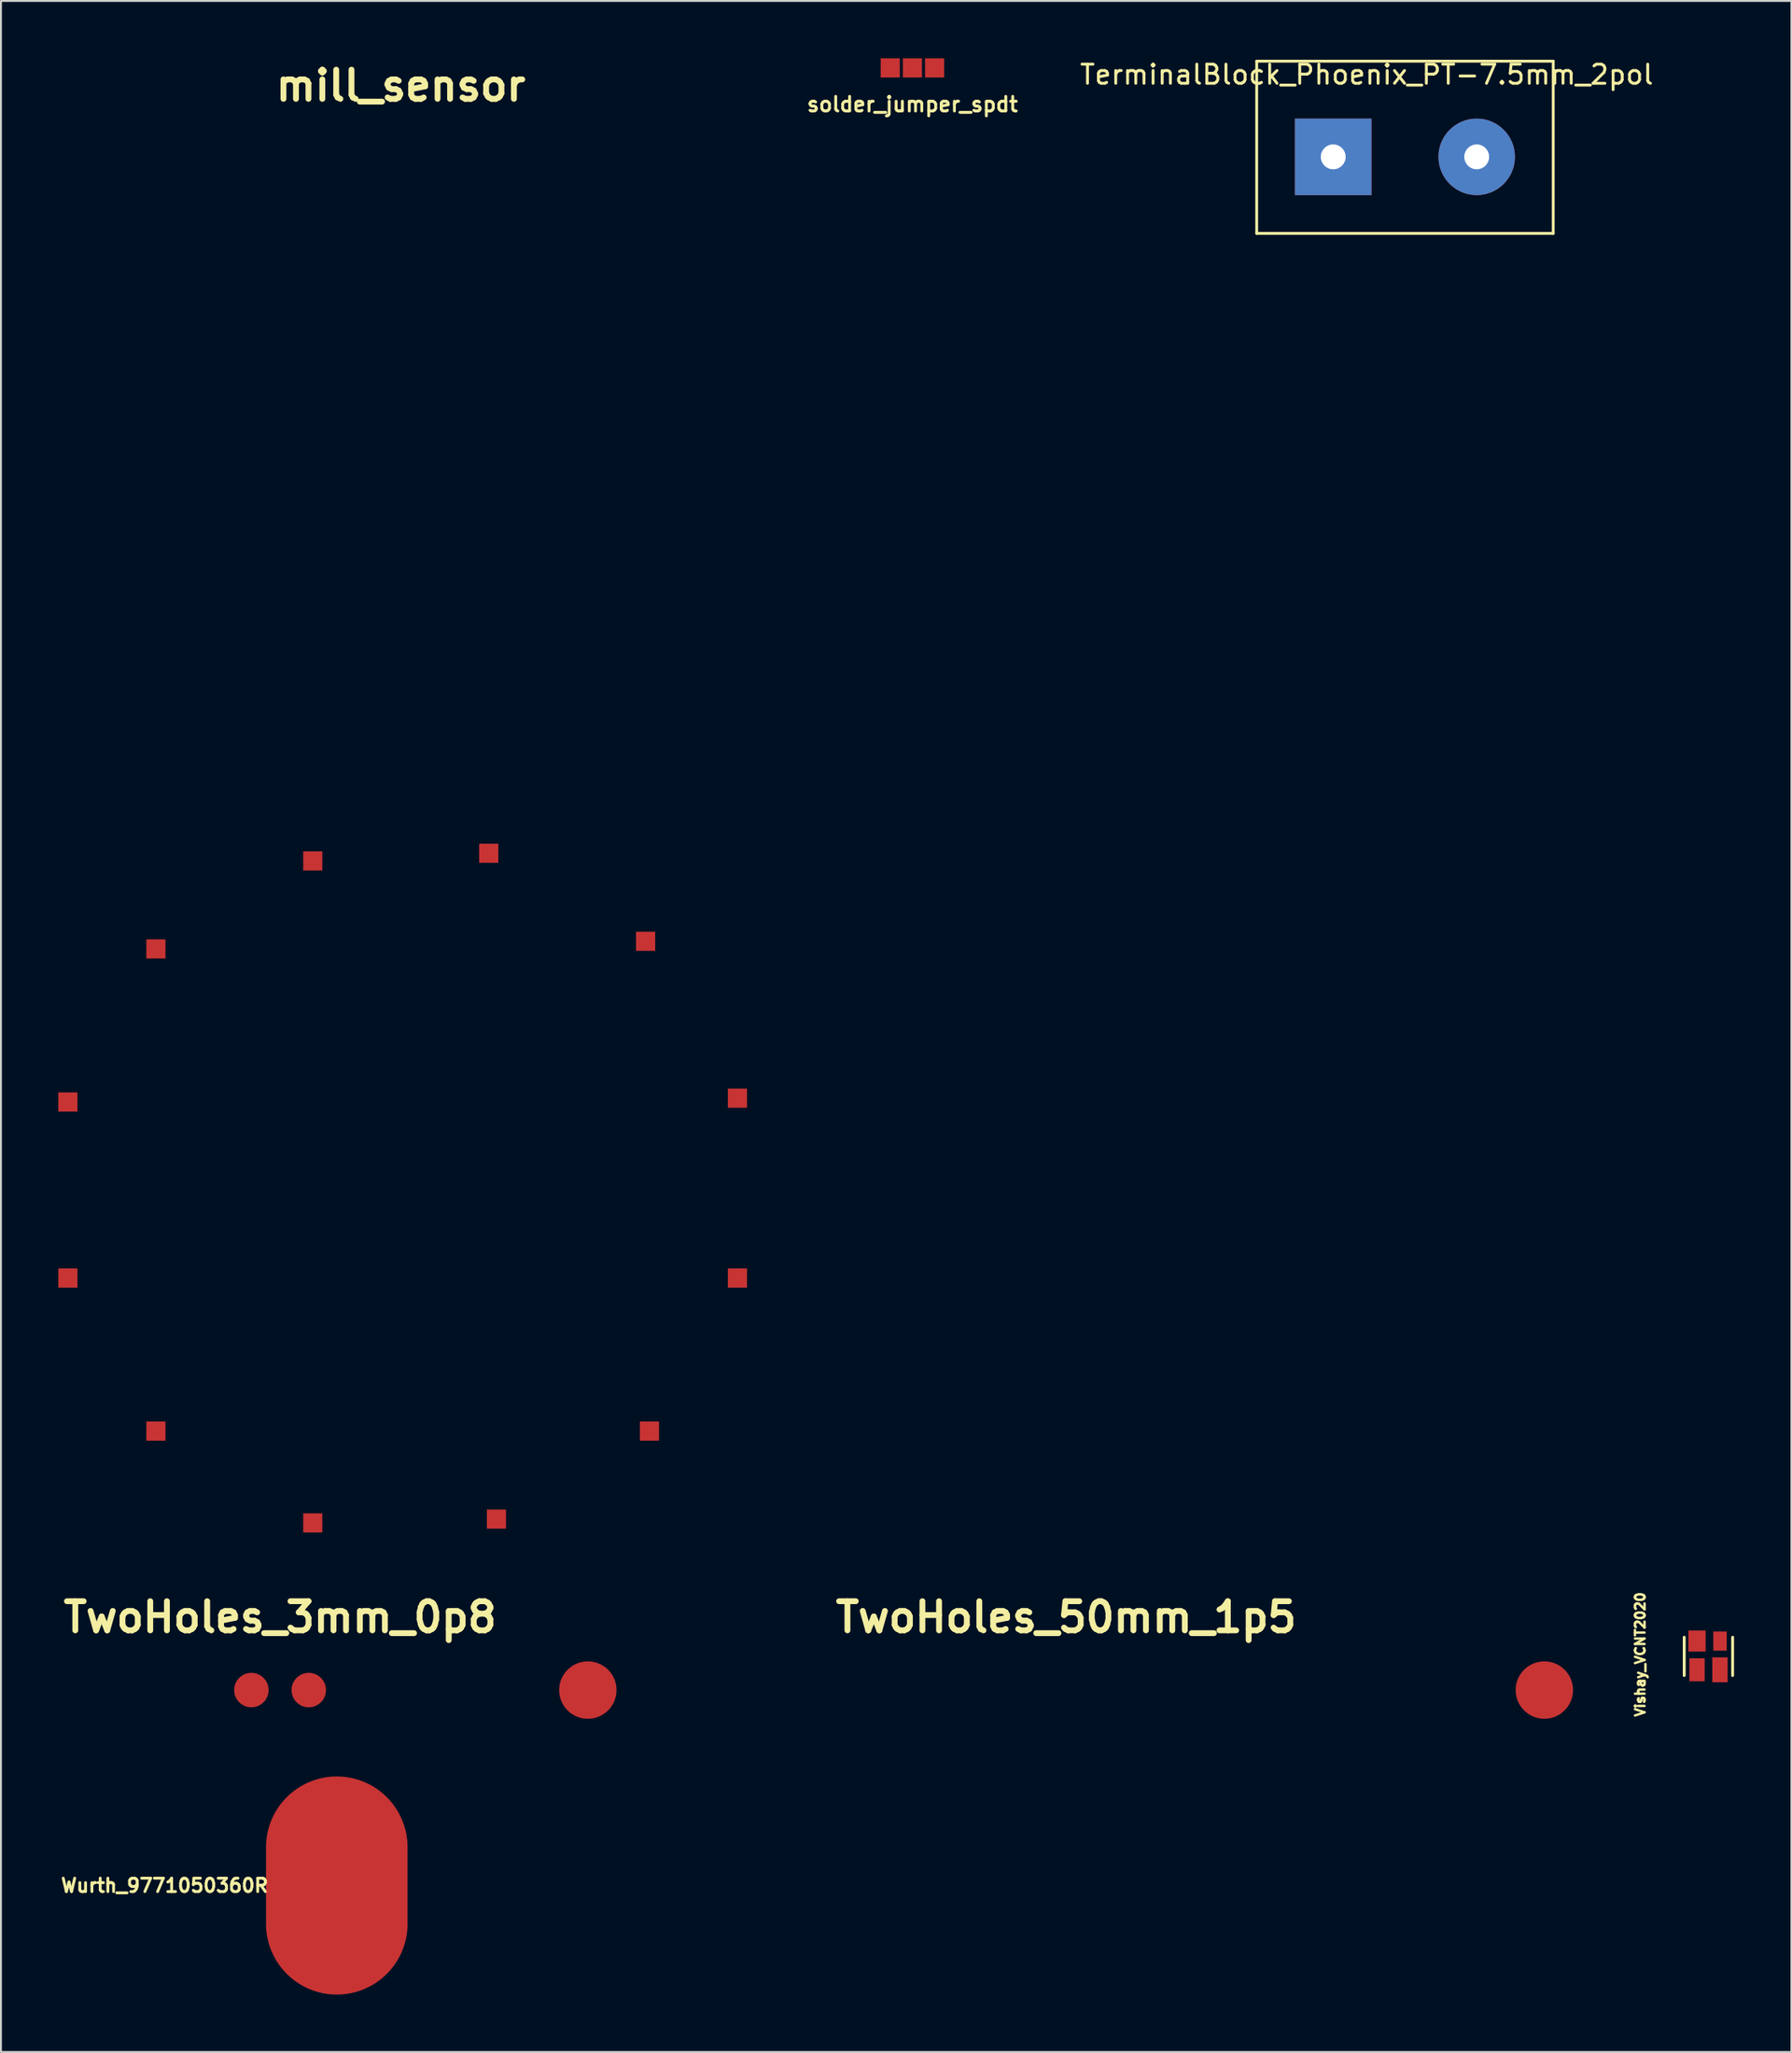
<source format=kicad_pcb>
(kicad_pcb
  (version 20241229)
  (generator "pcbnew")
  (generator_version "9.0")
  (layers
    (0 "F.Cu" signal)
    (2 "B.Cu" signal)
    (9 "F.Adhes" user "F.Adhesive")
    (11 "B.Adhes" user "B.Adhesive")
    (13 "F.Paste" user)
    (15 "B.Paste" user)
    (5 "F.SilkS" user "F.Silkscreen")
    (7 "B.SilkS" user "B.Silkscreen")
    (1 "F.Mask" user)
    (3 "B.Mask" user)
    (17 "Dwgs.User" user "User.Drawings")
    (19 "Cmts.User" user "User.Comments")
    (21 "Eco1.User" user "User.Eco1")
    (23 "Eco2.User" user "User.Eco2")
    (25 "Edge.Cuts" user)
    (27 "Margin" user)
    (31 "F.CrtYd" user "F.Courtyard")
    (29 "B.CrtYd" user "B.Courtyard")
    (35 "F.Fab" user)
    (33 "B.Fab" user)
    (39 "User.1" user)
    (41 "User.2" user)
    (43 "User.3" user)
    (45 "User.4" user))
  (footprint "solder_jumper_spdt"
    (layer "F.Cu")
    (at 44.646 0.5)
    (property "Reference" "solder_jumper_spdt" (at 0 1.905 0) (layer "F.SilkS") (effects (font (size 0.762 0.762) (thickness 0.15))))
    (attr through_hole)
    (pad "1" smd rect (at -1.16 0) (size 1 1) (layers "F.Cu" "F.Mask" "F.Paste"))
    (pad "2" smd rect (at 0 0) (size 1 1) (layers "F.Cu" "F.Mask" "F.Paste"))
    (pad "3" smd rect (at 1.16 0) (size 1 1) (layers "F.Cu" "F.Mask" "F.Paste")))
  (footprint "TwoHoles_3mm_0p8"
    (layer "F.Cu")
    (at 11.59 85.283)
    (property "Reference" "TwoHoles_3mm_0p8" (at 0 -3.81 0) (layer "F.SilkS") (effects (font (size 1.524 1.524) (thickness 0.305))))
    (attr smd)
    (pad "1" smd circle (at -1.5 0) (size 1.8 1.8) (layers "F.Cu" "F.Mask" "F.Paste"))
    (pad "2" smd circle (at 1.5 0) (size 1.8 1.8) (layers "F.Cu" "F.Mask" "F.Paste")))
  (footprint "Wurth_9771050360R"
    (layer "F.Cu")
    (at 14.555 95.498)
    (property "Reference" "Wurth_9771050360R" (at -9 0 0) (layer "F.SilkS") (effects (font (size 0.7 0.7) (thickness 0.15))))
    (attr smd)
    (pad "" np_thru_hole oval (at 0 0) (size 0.001 0.001) (drill oval 1 5) (layers "*.Cu"))
    (pad "1" smd oval (at 0 0) (size 7.4 11.4) (layers "F.Cu" "F.Mask" "F.Paste")))
  (footprint "Vishay_VCNT2020"
    (layer "F.Cu")
    (at 86.291 83.422)
    (property "Reference" "Vishay_VCNT2020" (at -3.6 0 90) (layer "F.SilkS") (effects (font (size 0.5 0.5) (thickness 0.15))))
    (attr smd)
    (fp_line (start -1.3 -0.9) (end -1.3 1.1) (stroke (width 0.15) (type solid)) (layer "F.SilkS"))
    (fp_line (start 1.23 -0.9) (end 1.23 1.1) (stroke (width 0.15) (type solid)) (layer "F.SilkS"))
    (pad "1" smd rect (at -0.63 -0.7) (size 0.9 1.1) (layers "F.Cu" "F.Mask" "F.Paste"))
    (pad "2" smd rect (at -0.63 0.8) (size 0.8 1.2) (layers "F.Cu" "F.Mask" "F.Paste"))
    (pad "3" smd rect (at 0.57 -0.7) (size 0.7 1) (layers "F.Cu" "F.Mask" "F.Paste"))
    (pad "4" smd rect (at 0.57 0.8) (size 0.8 1.3) (layers "F.Cu" "F.Mask" "F.Paste")))
  (footprint "TerminalBlock_Phoenix_PT-7.5mm_2pol"
    (layer "F.Cu")
    (at 66.643 5.148)
    (property "Reference" "TerminalBlock_Phoenix_PT-7.5mm_2pol" (at 1.75 -4.3 0) (layer "F.SilkS") (effects (font (size 1 1) (thickness 0.15))))
    (attr through_hole)
    (fp_line (start -4 -5) (end -4 4) (stroke (width 0.15) (type solid)) (layer "F.SilkS"))
    (fp_line (start -4 4) (end 11.5 4) (stroke (width 0.15) (type solid)) (layer "F.SilkS"))
    (fp_line (start 11.5 -5) (end -4 -5) (stroke (width 0.15) (type solid)) (layer "F.SilkS"))
    (fp_line (start 11.5 4) (end 11.5 -5) (stroke (width 0.15) (type solid)) (layer "F.SilkS"))
    (pad "1" thru_hole rect (at 0 0) (size 4 4) (drill 1.3) (layers "*.Cu" "*.Mask"))
    (pad "2" thru_hole circle (at 7.5 0) (size 4 4) (drill 1.3) (layers "*.Cu" "*.Mask")))
  (footprint "TwoHoles_50mm_1p5"
    (layer "F.Cu")
    (at 52.679 85.283)
    (property "Reference" "TwoHoles_50mm_1p5" (at 0 -3.81 0) (layer "F.SilkS") (effects (font (size 1.524 1.524) (thickness 0.305))))
    (attr smd)
    (pad "1" smd circle (at -25 0) (size 3 3) (layers "F.Cu" "F.Mask" "F.Paste"))
    (pad "2" smd circle (at 25 0) (size 3 3) (layers "F.Cu" "F.Mask" "F.Paste")))
  (footprint "mill_sensor"
    (layer "F.Cu")
    (at 17.9 59.147)
    (property "Reference" "mill_sensor" (at 0 -57.72 0) (layer "F.SilkS") (effects (font (size 1.524 1.524) (thickness 0.305))))
    (attr smd)
    (pad "1" smd rect (at 17.6 -4.8) (size 1 1) (layers "F.Cu" "F.Mask" "F.Paste"))
    (pad "2" smd rect (at 12.8 -13) (size 1 1) (layers "F.Cu" "F.Mask" "F.Paste"))
    (pad "3" smd rect (at 4.6 -17.6) (size 1 1) (layers "F.Cu" "F.Mask" "F.Paste"))
    (pad "4" smd rect (at -4.6 -17.2) (size 1 1) (layers "F.Cu" "F.Mask" "F.Paste"))
    (pad "5" smd rect (at -12.8 -12.6) (size 1 1) (layers "F.Cu" "F.Mask" "F.Paste"))
    (pad "6" smd rect (at -17.4 -4.6) (size 1 1) (layers "F.Cu" "F.Mask" "F.Paste"))
    (pad "7" smd rect (at -17.4 4.6) (size 1 1) (layers "F.Cu" "F.Mask" "F.Paste"))
    (pad "8" smd rect (at -12.8 12.6) (size 1 1) (layers "F.Cu" "F.Mask" "F.Paste"))
    (pad "9" smd rect (at -4.6 17.4) (size 1 1) (layers "F.Cu" "F.Mask" "F.Paste"))
    (pad "10" smd rect (at 5 17.2) (size 1 1) (layers "F.Cu" "F.Mask" "F.Paste"))
    (pad "11" smd rect (at 13 12.6) (size 1 1) (layers "F.Cu" "F.Mask" "F.Paste"))
    (pad "12" smd rect (at 17.6 4.6) (size 1 1) (layers "F.Cu" "F.Mask" "F.Paste")))
  (gr_rect
    (start -3 -3)
    (end 90.596 104.198)
    (stroke (width 0.1) (type default))
    (fill no)
    (layer "Edge.Cuts")))
</source>
